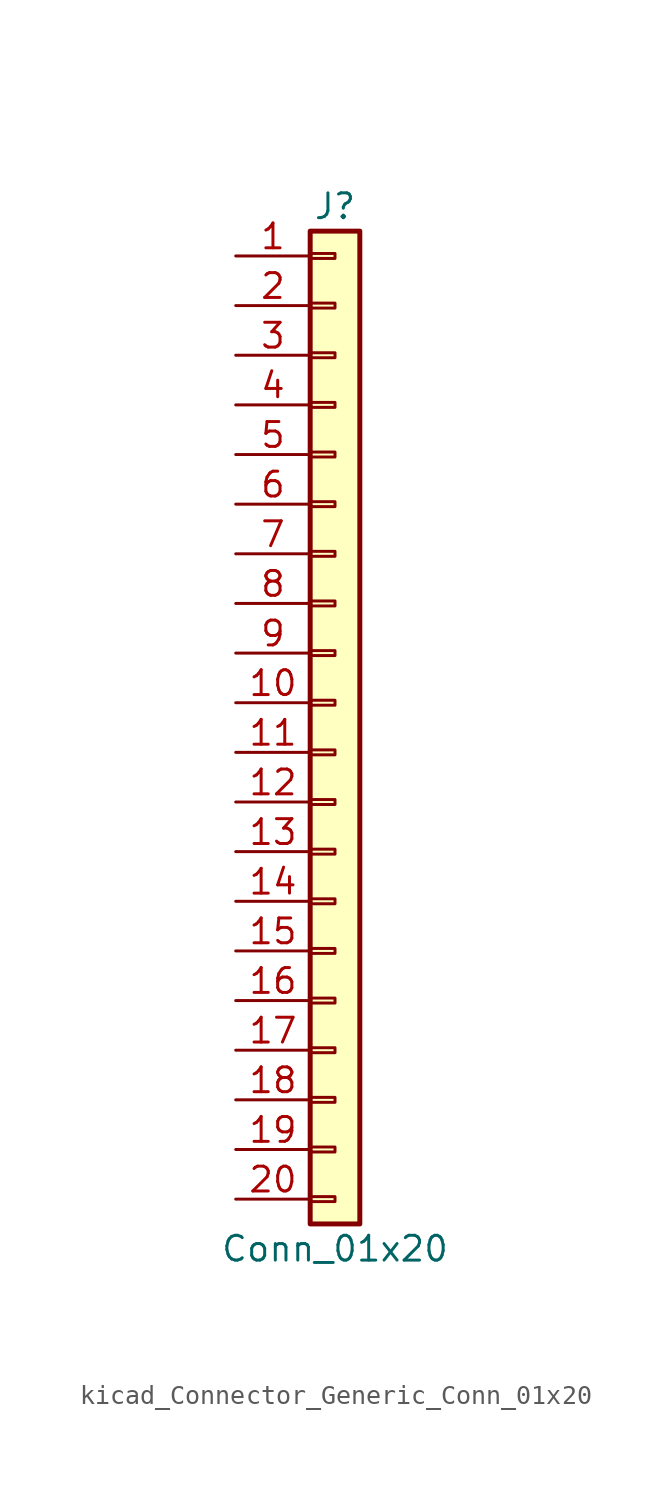
<source format=kicad_sym>
(kicad_symbol_lib
  (version 20220914)
  (generator kicad_symbol_editor)
  (symbol "kicad_Connector_Generic_Conn_01x20"
    (pin_names
      (offset 1.016) hide)
    (property "Reference" "J"
      (at 0 25.4 0)
      (effects (font (size 1.27 1.27))))
    (property "Value" "Conn_01x20"
      (at 0 -27.94 0)
      (effects (font (size 1.27 1.27))))
    (symbol "kicad_Connector_Generic_Conn_01x20_1_1"
      (rectangle (start -1.27 -25.273) (end 0 -25.527) (stroke (width 0.152) (type default)) (fill (type none)))
      (rectangle (start -1.27 -22.733) (end 0 -22.987) (stroke (width 0.152) (type default)) (fill (type none)))
      (rectangle (start -1.27 -20.193) (end 0 -20.447) (stroke (width 0.152) (type default)) (fill (type none)))
      (rectangle (start -1.27 -17.653) (end 0 -17.907) (stroke (width 0.152) (type default)) (fill (type none)))
      (rectangle (start -1.27 -15.113) (end 0 -15.367) (stroke (width 0.152) (type default)) (fill (type none)))
      (rectangle (start -1.27 -12.573) (end 0 -12.827) (stroke (width 0.152) (type default)) (fill (type none)))
      (rectangle (start -1.27 -10.033) (end 0 -10.287) (stroke (width 0.152) (type default)) (fill (type none)))
      (rectangle (start -1.27 -7.493) (end 0 -7.747) (stroke (width 0.152) (type default)) (fill (type none)))
      (rectangle (start -1.27 -4.953) (end 0 -5.207) (stroke (width 0.152) (type default)) (fill (type none)))
      (rectangle (start -1.27 -2.413) (end 0 -2.667) (stroke (width 0.152) (type default)) (fill (type none)))
      (rectangle (start -1.27 0.127) (end 0 -0.127) (stroke (width 0.152) (type default)) (fill (type none)))
      (rectangle (start -1.27 2.667) (end 0 2.413) (stroke (width 0.152) (type default)) (fill (type none)))
      (rectangle (start -1.27 5.207) (end 0 4.953) (stroke (width 0.152) (type default)) (fill (type none)))
      (rectangle (start -1.27 7.747) (end 0 7.493) (stroke (width 0.152) (type default)) (fill (type none)))
      (rectangle (start -1.27 10.287) (end 0 10.033) (stroke (width 0.152) (type default)) (fill (type none)))
      (rectangle (start -1.27 12.827) (end 0 12.573) (stroke (width 0.152) (type default)) (fill (type none)))
      (rectangle (start -1.27 15.367) (end 0 15.113) (stroke (width 0.152) (type default)) (fill (type none)))
      (rectangle (start -1.27 17.907) (end 0 17.653) (stroke (width 0.152) (type default)) (fill (type none)))
      (rectangle (start -1.27 20.447) (end 0 20.193) (stroke (width 0.152) (type default)) (fill (type none)))
      (rectangle (start -1.27 22.987) (end 0 22.733) (stroke (width 0.152) (type default)) (fill (type none)))
      (rectangle (start -1.27 24.13) (end 1.27 -26.67) (stroke (width 0.254) (type default)) (fill (type background)))
      (pin passive line (at -5.08 22.86 0) (length 3.81) (name "Pin_1" (effects (font (size 1.27 1.27)))) (number "1" (effects (font (size 1.27 1.27)))))
      (pin passive line (at -5.08 0 0) (length 3.81) (name "Pin_10" (effects (font (size 1.27 1.27)))) (number "10" (effects (font (size 1.27 1.27)))))
      (pin passive line (at -5.08 -2.54 0) (length 3.81) (name "Pin_11" (effects (font (size 1.27 1.27)))) (number "11" (effects (font (size 1.27 1.27)))))
      (pin passive line (at -5.08 -5.08 0) (length 3.81) (name "Pin_12" (effects (font (size 1.27 1.27)))) (number "12" (effects (font (size 1.27 1.27)))))
      (pin passive line (at -5.08 -7.62 0) (length 3.81) (name "Pin_13" (effects (font (size 1.27 1.27)))) (number "13" (effects (font (size 1.27 1.27)))))
      (pin passive line (at -5.08 -10.16 0) (length 3.81) (name "Pin_14" (effects (font (size 1.27 1.27)))) (number "14" (effects (font (size 1.27 1.27)))))
      (pin passive line (at -5.08 -12.7 0) (length 3.81) (name "Pin_15" (effects (font (size 1.27 1.27)))) (number "15" (effects (font (size 1.27 1.27)))))
      (pin passive line (at -5.08 -15.24 0) (length 3.81) (name "Pin_16" (effects (font (size 1.27 1.27)))) (number "16" (effects (font (size 1.27 1.27)))))
      (pin passive line (at -5.08 -17.78 0) (length 3.81) (name "Pin_17" (effects (font (size 1.27 1.27)))) (number "17" (effects (font (size 1.27 1.27)))))
      (pin passive line (at -5.08 -20.32 0) (length 3.81) (name "Pin_18" (effects (font (size 1.27 1.27)))) (number "18" (effects (font (size 1.27 1.27)))))
      (pin passive line (at -5.08 -22.86 0) (length 3.81) (name "Pin_19" (effects (font (size 1.27 1.27)))) (number "19" (effects (font (size 1.27 1.27)))))
      (pin passive line (at -5.08 20.32 0) (length 3.81) (name "Pin_2" (effects (font (size 1.27 1.27)))) (number "2" (effects (font (size 1.27 1.27)))))
      (pin passive line (at -5.08 -25.4 0) (length 3.81) (name "Pin_20" (effects (font (size 1.27 1.27)))) (number "20" (effects (font (size 1.27 1.27)))))
      (pin passive line (at -5.08 17.78 0) (length 3.81) (name "Pin_3" (effects (font (size 1.27 1.27)))) (number "3" (effects (font (size 1.27 1.27)))))
      (pin passive line (at -5.08 15.24 0) (length 3.81) (name "Pin_4" (effects (font (size 1.27 1.27)))) (number "4" (effects (font (size 1.27 1.27)))))
      (pin passive line (at -5.08 12.7 0) (length 3.81) (name "Pin_5" (effects (font (size 1.27 1.27)))) (number "5" (effects (font (size 1.27 1.27)))))
      (pin passive line (at -5.08 10.16 0) (length 3.81) (name "Pin_6" (effects (font (size 1.27 1.27)))) (number "6" (effects (font (size 1.27 1.27)))))
      (pin passive line (at -5.08 7.62 0) (length 3.81) (name "Pin_7" (effects (font (size 1.27 1.27)))) (number "7" (effects (font (size 1.27 1.27)))))
      (pin passive line (at -5.08 5.08 0) (length 3.81) (name "Pin_8" (effects (font (size 1.27 1.27)))) (number "8" (effects (font (size 1.27 1.27)))))
      (pin passive line (at -5.08 2.54 0) (length 3.81) (name "Pin_9" (effects (font (size 1.27 1.27)))) (number "9" (effects (font (size 1.27 1.27))))))))
</source>
